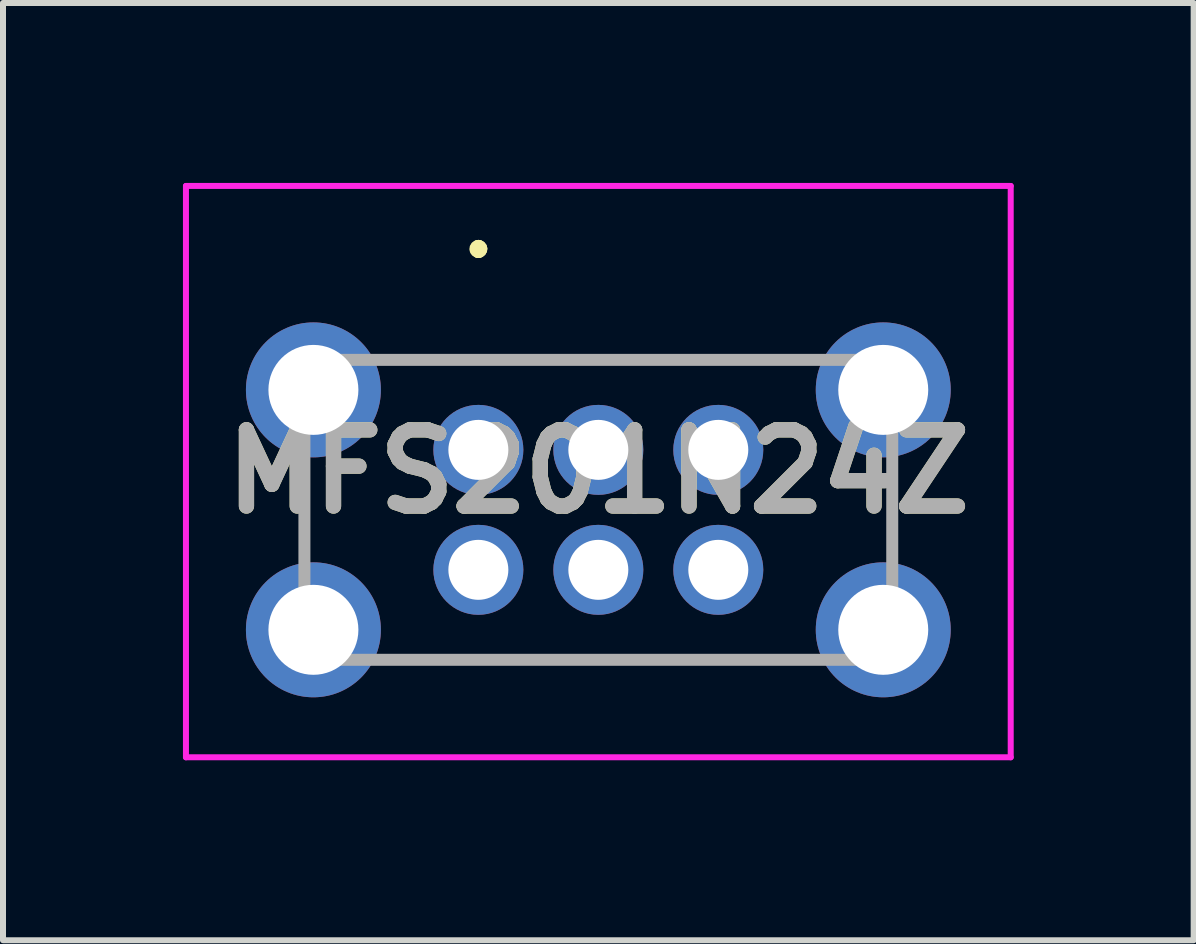
<source format=kicad_pcb>
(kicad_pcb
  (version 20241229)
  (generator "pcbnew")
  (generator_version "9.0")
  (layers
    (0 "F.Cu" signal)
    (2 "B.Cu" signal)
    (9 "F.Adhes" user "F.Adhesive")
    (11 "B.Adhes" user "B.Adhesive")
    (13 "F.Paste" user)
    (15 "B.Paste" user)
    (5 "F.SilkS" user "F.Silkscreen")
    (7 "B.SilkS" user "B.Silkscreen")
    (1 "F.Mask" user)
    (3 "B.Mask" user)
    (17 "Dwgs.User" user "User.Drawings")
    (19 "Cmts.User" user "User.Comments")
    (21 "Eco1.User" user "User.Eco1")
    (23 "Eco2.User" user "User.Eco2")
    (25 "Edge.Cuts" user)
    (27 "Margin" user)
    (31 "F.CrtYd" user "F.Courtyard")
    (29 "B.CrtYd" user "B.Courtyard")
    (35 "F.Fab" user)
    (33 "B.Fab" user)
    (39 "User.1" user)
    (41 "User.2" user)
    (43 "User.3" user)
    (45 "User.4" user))
  (footprint "MFS201N24Z"
    (layer "F.Cu")
    (at 4.925 4.45)
    (property "Reference" "MFS201N24Z" (at 2 0.362 0) (layer "F.SilkS") (effects (font (size 1.27 1.27) (thickness 0.254))))
    (attr through_hole)
    (fp_line (start -2.9 0.5) (end -2.9 0.5) (stroke (width 0.1) (type solid)) (layer "F.SilkS"))
    (fp_line (start -2.9 0.5) (end -2.9 1.5) (stroke (width 0.1) (type solid)) (layer "F.SilkS"))
    (fp_line (start -2.9 1.5) (end -2.9 0.5) (stroke (width 0.1) (type solid)) (layer "F.SilkS"))
    (fp_line (start -2.9 1.5) (end -2.9 1.5) (stroke (width 0.1) (type solid)) (layer "F.SilkS"))
    (fp_line (start -1.25 -1.5) (end -1.25 -1.5) (stroke (width 0.1) (type solid)) (layer "F.SilkS"))
    (fp_line (start -1.25 -1.5) (end 5.25 -1.5) (stroke (width 0.1) (type solid)) (layer "F.SilkS"))
    (fp_line (start -1.25 3.5) (end -1.25 3.5) (stroke (width 0.1) (type solid)) (layer "F.SilkS"))
    (fp_line (start -1.25 3.5) (end 5 3.5) (stroke (width 0.1) (type solid)) (layer "F.SilkS"))
    (fp_line (start 0 -3.4) (end 0 -3.4) (stroke (width 0.2) (type solid)) (layer "F.SilkS"))
    (fp_line (start 0 -3.3) (end 0 -3.3) (stroke (width 0.2) (type solid)) (layer "F.SilkS"))
    (fp_line (start 0 -3.3) (end 0 -3.3) (stroke (width 0.2) (type solid)) (layer "F.SilkS"))
    (fp_line (start 5 3.5) (end -1.25 3.5) (stroke (width 0.1) (type solid)) (layer "F.SilkS"))
    (fp_line (start 5 3.5) (end 5 3.5) (stroke (width 0.1) (type solid)) (layer "F.SilkS"))
    (fp_line (start 5.25 -1.5) (end -1.25 -1.5) (stroke (width 0.1) (type solid)) (layer "F.SilkS"))
    (fp_line (start 5.25 -1.5) (end 5.25 -1.5) (stroke (width 0.1) (type solid)) (layer "F.SilkS"))
    (fp_line (start 6.9 0.5) (end 6.9 0.5) (stroke (width 0.1) (type solid)) (layer "F.SilkS"))
    (fp_line (start 6.9 0.5) (end 6.9 1.5) (stroke (width 0.1) (type solid)) (layer "F.SilkS"))
    (fp_line (start 6.9 1.5) (end 6.9 0.5) (stroke (width 0.1) (type solid)) (layer "F.SilkS"))
    (fp_line (start 6.9 1.5) (end 6.9 1.5) (stroke (width 0.1) (type solid)) (layer "F.SilkS"))
    (fp_arc (start 0 -3.4) (mid 0.05 -3.35) (end 0 -3.3) (stroke (width 0.2) (type solid)) (layer "F.SilkS"))
    (fp_arc (start 0 -3.4) (mid 0.05 -3.35) (end 0 -3.3) (stroke (width 0.2) (type solid)) (layer "F.SilkS"))
    (fp_arc (start 0 -3.3) (mid -0.05 -3.35) (end 0 -3.4) (stroke (width 0.2) (type solid)) (layer "F.SilkS"))
    (fp_line (start -4.875 -4.4) (end 8.875 -4.4) (stroke (width 0.1) (type solid)) (layer "F.CrtYd"))
    (fp_line (start -4.875 5.125) (end -4.875 -4.4) (stroke (width 0.1) (type solid)) (layer "F.CrtYd"))
    (fp_line (start 8.875 -4.4) (end 8.875 5.125) (stroke (width 0.1) (type solid)) (layer "F.CrtYd"))
    (fp_line (start 8.875 5.125) (end -4.875 5.125) (stroke (width 0.1) (type solid)) (layer "F.CrtYd"))
    (fp_line (start -2.9 -1.5) (end -2.9 3.5) (stroke (width 0.2) (type solid)) (layer "F.Fab"))
    (fp_line (start -2.9 3.5) (end 6.9 3.5) (stroke (width 0.2) (type solid)) (layer "F.Fab"))
    (fp_line (start 6.9 -1.5) (end -2.9 -1.5) (stroke (width 0.2) (type solid)) (layer "F.Fab"))
    (fp_line (start 6.9 3.5) (end 6.9 -1.5) (stroke (width 0.2) (type solid)) (layer "F.Fab"))
    (fp_text user "${REFERENCE}" (at 2 0.362 0) (layer "F.Fab") (effects (font (size 1.27 1.27) (thickness 0.254))))
    (pad "1" thru_hole circle (at 0 0) (size 1.5 1.5) (drill 1) (layers "*.Cu" "*.Mask"))
    (pad "2" thru_hole circle (at 2 0) (size 1.5 1.5) (drill 1) (layers "*.Cu" "*.Mask"))
    (pad "3" thru_hole circle (at 4 0) (size 1.5 1.5) (drill 1) (layers "*.Cu" "*.Mask"))
    (pad "4" thru_hole circle (at 0 2) (size 1.5 1.5) (drill 1) (layers "*.Cu" "*.Mask"))
    (pad "5" thru_hole circle (at 2 2) (size 1.5 1.5) (drill 1) (layers "*.Cu" "*.Mask"))
    (pad "6" thru_hole circle (at 4 2) (size 1.5 1.5) (drill 1) (layers "*.Cu" "*.Mask"))
    (pad "MH1" thru_hole circle (at -2.75 -1) (size 2.25 2.25) (drill 1.5) (layers "*.Cu" "*.Mask"))
    (pad "MH2" thru_hole circle (at -2.75 3) (size 2.25 2.25) (drill 1.5) (layers "*.Cu" "*.Mask"))
    (pad "MH3" thru_hole circle (at 6.75 3) (size 2.25 2.25) (drill 1.5) (layers "*.Cu" "*.Mask"))
    (pad "MH4" thru_hole circle (at 6.75 -1) (size 2.25 2.25) (drill 1.5) (layers "*.Cu" "*.Mask")))
  (gr_rect
    (start -3 -3)
    (end 16.85 12.625)
    (stroke (width 0.1) (type default))
    (fill no)
    (layer "Edge.Cuts")))
</source>
